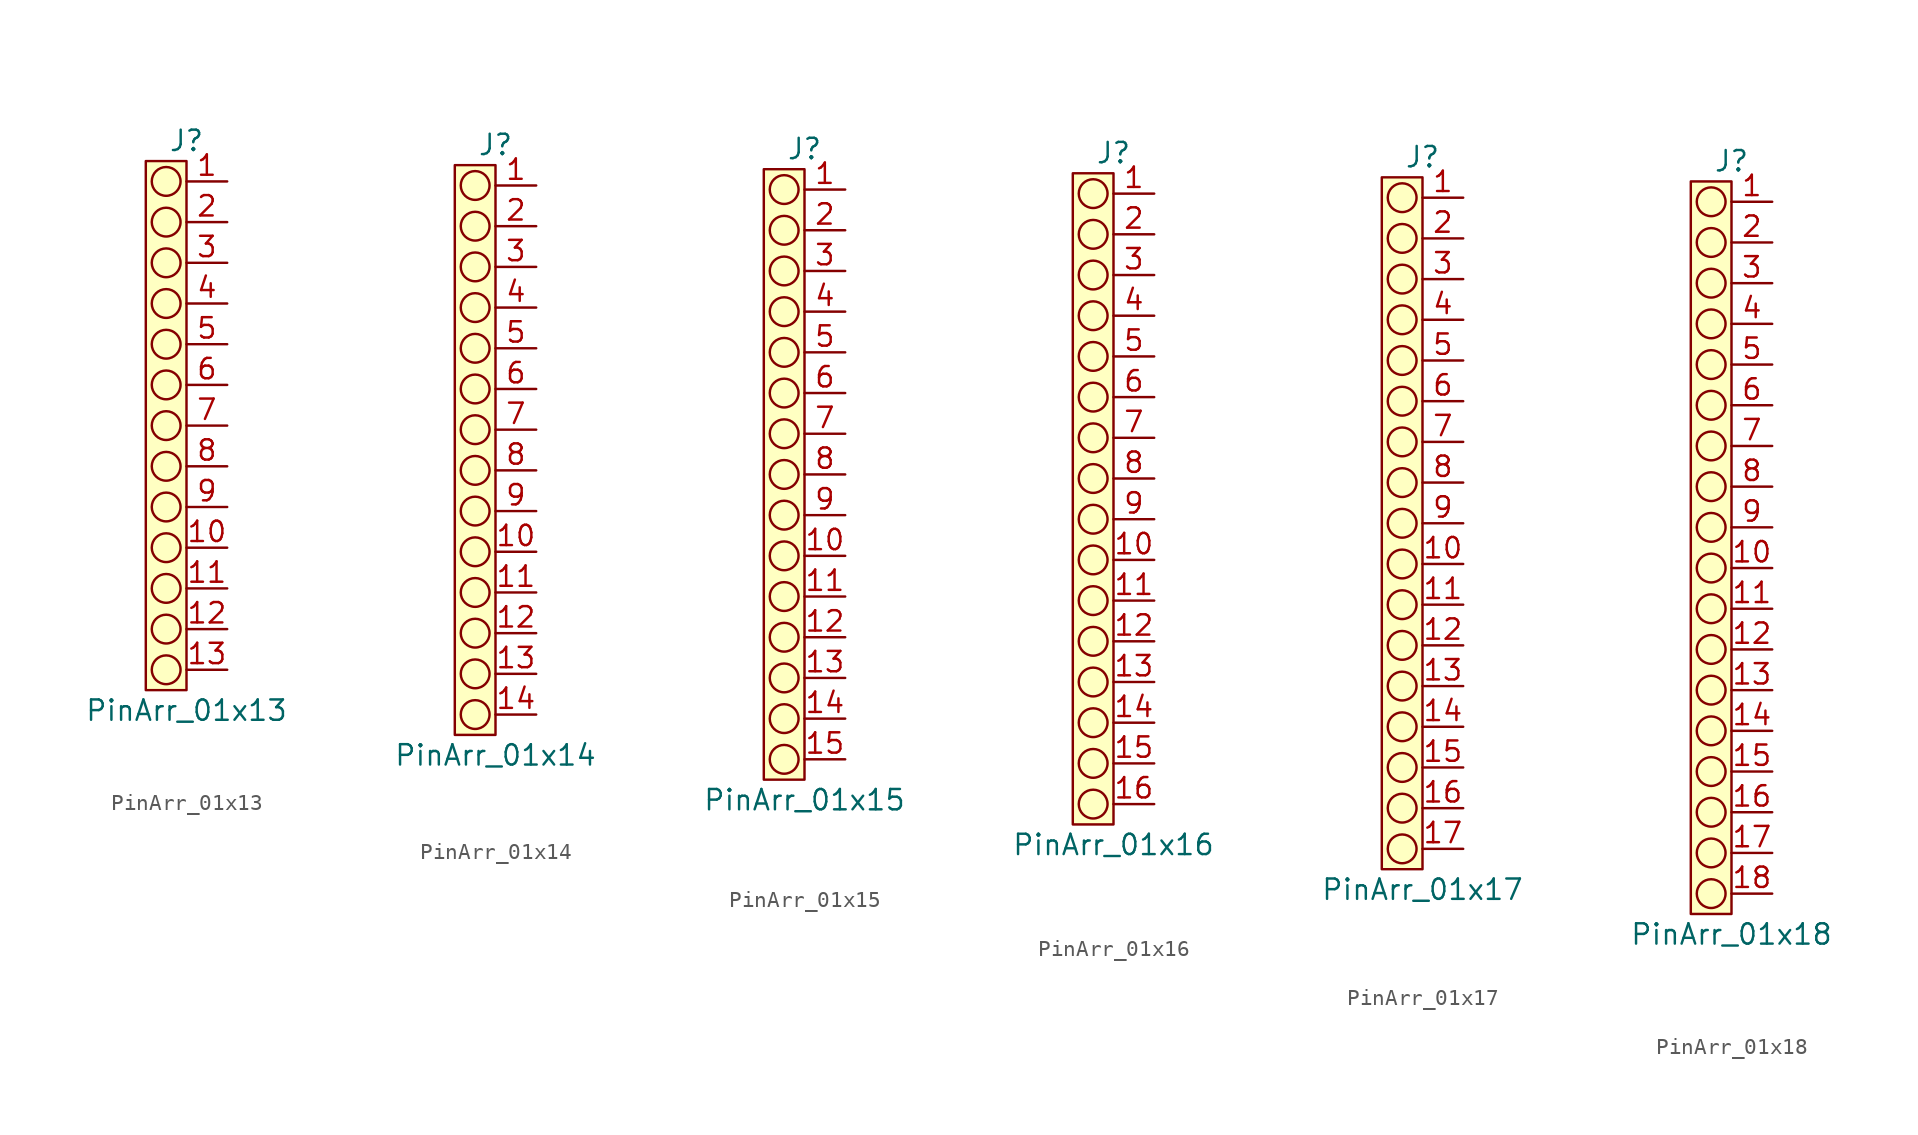
<source format=kicad_sym>
(kicad_symbol_lib
  (version 20220914)
  (generator kicad_symbol_editor)
  (symbol "PinArr_01x13"
    (property "Reference" "J"
      (at 0 17.78 0)
      (effects (font (size 1.27 1.27))))
    (property "Value" "PinArr_01x13"
      (at 0 -17.78 0)
      (effects (font (size 1.27 1.27))))
    (symbol "PinArr_01x13_0_1"
      (circle (center -1.27 -15.24) (radius 0.898) (stroke (width 0) (type default)) (fill (type none)))
      (circle (center -1.27 -12.7) (radius 0.898) (stroke (width 0) (type default)) (fill (type none)))
      (circle (center -1.27 -10.16) (radius 0.898) (stroke (width 0) (type default)) (fill (type none)))
      (circle (center -1.27 -7.62) (radius 0.898) (stroke (width 0) (type default)) (fill (type none)))
      (circle (center -1.27 -5.08) (radius 0.898) (stroke (width 0) (type default)) (fill (type none)))
      (circle (center -1.27 -2.54) (radius 0.898) (stroke (width 0) (type default)) (fill (type none)))
      (circle (center -1.27 0) (radius 0.898) (stroke (width 0) (type default)) (fill (type none)))
      (circle (center -1.27 2.54) (radius 0.898) (stroke (width 0) (type default)) (fill (type none)))
      (circle (center -1.27 5.08) (radius 0.898) (stroke (width 0) (type default)) (fill (type none)))
      (circle (center -1.27 7.62) (radius 0.898) (stroke (width 0) (type default)) (fill (type none)))
      (circle (center -1.27 10.16) (radius 0.898) (stroke (width 0) (type default)) (fill (type none)))
      (circle (center -1.27 12.7) (radius 0.898) (stroke (width 0) (type default)) (fill (type none)))
      (circle (center -1.27 15.24) (radius 0.898) (stroke (width 0) (type default)) (fill (type none))))
    (symbol "PinArr_01x13_1_1"
      (rectangle (start -2.54 16.51) (end 0 -16.51) (stroke (width 0) (type default)) (fill (type background)))
      (pin passive line (at 2.54 15.24 180) (length 2.54) (name "" (effects (font (size 1.27 1.27)))) (number "1" (effects (font (size 1.27 1.27)))))
      (pin passive line (at 2.54 -7.62 180) (length 2.54) (name "" (effects (font (size 1.27 1.27)))) (number "10" (effects (font (size 1.27 1.27)))))
      (pin passive line (at 2.54 -10.16 180) (length 2.54) (name "" (effects (font (size 1.27 1.27)))) (number "11" (effects (font (size 1.27 1.27)))))
      (pin passive line (at 2.54 -12.7 180) (length 2.54) (name "" (effects (font (size 1.27 1.27)))) (number "12" (effects (font (size 1.27 1.27)))))
      (pin passive line (at 2.54 -15.24 180) (length 2.54) (name "" (effects (font (size 1.27 1.27)))) (number "13" (effects (font (size 1.27 1.27)))))
      (pin passive line (at 2.54 12.7 180) (length 2.54) (name "" (effects (font (size 1.27 1.27)))) (number "2" (effects (font (size 1.27 1.27)))))
      (pin passive line (at 2.54 10.16 180) (length 2.54) (name "" (effects (font (size 1.27 1.27)))) (number "3" (effects (font (size 1.27 1.27)))))
      (pin passive line (at 2.54 7.62 180) (length 2.54) (name "" (effects (font (size 1.27 1.27)))) (number "4" (effects (font (size 1.27 1.27)))))
      (pin passive line (at 2.54 5.08 180) (length 2.54) (name "" (effects (font (size 1.27 1.27)))) (number "5" (effects (font (size 1.27 1.27)))))
      (pin passive line (at 2.54 2.54 180) (length 2.54) (name "" (effects (font (size 1.27 1.27)))) (number "6" (effects (font (size 1.27 1.27)))))
      (pin passive line (at 2.54 0 180) (length 2.54) (name "" (effects (font (size 1.27 1.27)))) (number "7" (effects (font (size 1.27 1.27)))))
      (pin passive line (at 2.54 -2.54 180) (length 2.54) (name "" (effects (font (size 1.27 1.27)))) (number "8" (effects (font (size 1.27 1.27)))))
      (pin passive line (at 2.54 -5.08 180) (length 2.54) (name "" (effects (font (size 1.27 1.27)))) (number "9" (effects (font (size 1.27 1.27)))))))
  (symbol "PinArr_01x14"
    (property "Reference" "J"
      (at 0 19.05 0)
      (effects (font (size 1.27 1.27))))
    (property "Value" "PinArr_01x14"
      (at 0 -19.05 0)
      (effects (font (size 1.27 1.27))))
    (symbol "PinArr_01x14_0_1"
      (circle (center -1.27 -16.51) (radius 0.898) (stroke (width 0) (type default)) (fill (type none)))
      (circle (center -1.27 -13.97) (radius 0.898) (stroke (width 0) (type default)) (fill (type none)))
      (circle (center -1.27 -11.43) (radius 0.898) (stroke (width 0) (type default)) (fill (type none)))
      (circle (center -1.27 -8.89) (radius 0.898) (stroke (width 0) (type default)) (fill (type none)))
      (circle (center -1.27 -6.35) (radius 0.898) (stroke (width 0) (type default)) (fill (type none)))
      (circle (center -1.27 -3.81) (radius 0.898) (stroke (width 0) (type default)) (fill (type none)))
      (circle (center -1.27 -1.27) (radius 0.898) (stroke (width 0) (type default)) (fill (type none)))
      (circle (center -1.27 1.27) (radius 0.898) (stroke (width 0) (type default)) (fill (type none)))
      (circle (center -1.27 3.81) (radius 0.898) (stroke (width 0) (type default)) (fill (type none)))
      (circle (center -1.27 6.35) (radius 0.898) (stroke (width 0) (type default)) (fill (type none)))
      (circle (center -1.27 8.89) (radius 0.898) (stroke (width 0) (type default)) (fill (type none)))
      (circle (center -1.27 11.43) (radius 0.898) (stroke (width 0) (type default)) (fill (type none)))
      (circle (center -1.27 13.97) (radius 0.898) (stroke (width 0) (type default)) (fill (type none)))
      (circle (center -1.27 16.51) (radius 0.898) (stroke (width 0) (type default)) (fill (type none))))
    (symbol "PinArr_01x14_1_1"
      (rectangle (start -2.54 17.78) (end 0 -17.78) (stroke (width 0) (type default)) (fill (type background)))
      (pin passive line (at 2.54 16.51 180) (length 2.54) (name "" (effects (font (size 1.27 1.27)))) (number "1" (effects (font (size 1.27 1.27)))))
      (pin passive line (at 2.54 -6.35 180) (length 2.54) (name "" (effects (font (size 1.27 1.27)))) (number "10" (effects (font (size 1.27 1.27)))))
      (pin passive line (at 2.54 -8.89 180) (length 2.54) (name "" (effects (font (size 1.27 1.27)))) (number "11" (effects (font (size 1.27 1.27)))))
      (pin passive line (at 2.54 -11.43 180) (length 2.54) (name "" (effects (font (size 1.27 1.27)))) (number "12" (effects (font (size 1.27 1.27)))))
      (pin passive line (at 2.54 -13.97 180) (length 2.54) (name "" (effects (font (size 1.27 1.27)))) (number "13" (effects (font (size 1.27 1.27)))))
      (pin passive line (at 2.54 -16.51 180) (length 2.54) (name "" (effects (font (size 1.27 1.27)))) (number "14" (effects (font (size 1.27 1.27)))))
      (pin passive line (at 2.54 13.97 180) (length 2.54) (name "" (effects (font (size 1.27 1.27)))) (number "2" (effects (font (size 1.27 1.27)))))
      (pin passive line (at 2.54 11.43 180) (length 2.54) (name "" (effects (font (size 1.27 1.27)))) (number "3" (effects (font (size 1.27 1.27)))))
      (pin passive line (at 2.54 8.89 180) (length 2.54) (name "" (effects (font (size 1.27 1.27)))) (number "4" (effects (font (size 1.27 1.27)))))
      (pin passive line (at 2.54 6.35 180) (length 2.54) (name "" (effects (font (size 1.27 1.27)))) (number "5" (effects (font (size 1.27 1.27)))))
      (pin passive line (at 2.54 3.81 180) (length 2.54) (name "" (effects (font (size 1.27 1.27)))) (number "6" (effects (font (size 1.27 1.27)))))
      (pin passive line (at 2.54 1.27 180) (length 2.54) (name "" (effects (font (size 1.27 1.27)))) (number "7" (effects (font (size 1.27 1.27)))))
      (pin passive line (at 2.54 -1.27 180) (length 2.54) (name "" (effects (font (size 1.27 1.27)))) (number "8" (effects (font (size 1.27 1.27)))))
      (pin passive line (at 2.54 -3.81 180) (length 2.54) (name "" (effects (font (size 1.27 1.27)))) (number "9" (effects (font (size 1.27 1.27)))))))
  (symbol "PinArr_01x15"
    (property "Reference" "J"
      (at 0 20.32 0)
      (effects (font (size 1.27 1.27))))
    (property "Value" "PinArr_01x15"
      (at 0 -20.32 0)
      (effects (font (size 1.27 1.27))))
    (symbol "PinArr_01x15_0_1"
      (circle (center -1.27 -17.78) (radius 0.898) (stroke (width 0) (type default)) (fill (type none)))
      (circle (center -1.27 -15.24) (radius 0.898) (stroke (width 0) (type default)) (fill (type none)))
      (circle (center -1.27 -12.7) (radius 0.898) (stroke (width 0) (type default)) (fill (type none)))
      (circle (center -1.27 -10.16) (radius 0.898) (stroke (width 0) (type default)) (fill (type none)))
      (circle (center -1.27 -7.62) (radius 0.898) (stroke (width 0) (type default)) (fill (type none)))
      (circle (center -1.27 -5.08) (radius 0.898) (stroke (width 0) (type default)) (fill (type none)))
      (circle (center -1.27 -2.54) (radius 0.898) (stroke (width 0) (type default)) (fill (type none)))
      (circle (center -1.27 0) (radius 0.898) (stroke (width 0) (type default)) (fill (type none)))
      (circle (center -1.27 2.54) (radius 0.898) (stroke (width 0) (type default)) (fill (type none)))
      (circle (center -1.27 5.08) (radius 0.898) (stroke (width 0) (type default)) (fill (type none)))
      (circle (center -1.27 7.62) (radius 0.898) (stroke (width 0) (type default)) (fill (type none)))
      (circle (center -1.27 10.16) (radius 0.898) (stroke (width 0) (type default)) (fill (type none)))
      (circle (center -1.27 12.7) (radius 0.898) (stroke (width 0) (type default)) (fill (type none)))
      (circle (center -1.27 15.24) (radius 0.898) (stroke (width 0) (type default)) (fill (type none)))
      (circle (center -1.27 17.78) (radius 0.898) (stroke (width 0) (type default)) (fill (type none))))
    (symbol "PinArr_01x15_1_1"
      (rectangle (start -2.54 19.05) (end 0 -19.05) (stroke (width 0) (type default)) (fill (type background)))
      (pin passive line (at 2.54 17.78 180) (length 2.54) (name "" (effects (font (size 1.27 1.27)))) (number "1" (effects (font (size 1.27 1.27)))))
      (pin passive line (at 2.54 -5.08 180) (length 2.54) (name "" (effects (font (size 1.27 1.27)))) (number "10" (effects (font (size 1.27 1.27)))))
      (pin passive line (at 2.54 -7.62 180) (length 2.54) (name "" (effects (font (size 1.27 1.27)))) (number "11" (effects (font (size 1.27 1.27)))))
      (pin passive line (at 2.54 -10.16 180) (length 2.54) (name "" (effects (font (size 1.27 1.27)))) (number "12" (effects (font (size 1.27 1.27)))))
      (pin passive line (at 2.54 -12.7 180) (length 2.54) (name "" (effects (font (size 1.27 1.27)))) (number "13" (effects (font (size 1.27 1.27)))))
      (pin passive line (at 2.54 -15.24 180) (length 2.54) (name "" (effects (font (size 1.27 1.27)))) (number "14" (effects (font (size 1.27 1.27)))))
      (pin passive line (at 2.54 -17.78 180) (length 2.54) (name "" (effects (font (size 1.27 1.27)))) (number "15" (effects (font (size 1.27 1.27)))))
      (pin passive line (at 2.54 15.24 180) (length 2.54) (name "" (effects (font (size 1.27 1.27)))) (number "2" (effects (font (size 1.27 1.27)))))
      (pin passive line (at 2.54 12.7 180) (length 2.54) (name "" (effects (font (size 1.27 1.27)))) (number "3" (effects (font (size 1.27 1.27)))))
      (pin passive line (at 2.54 10.16 180) (length 2.54) (name "" (effects (font (size 1.27 1.27)))) (number "4" (effects (font (size 1.27 1.27)))))
      (pin passive line (at 2.54 7.62 180) (length 2.54) (name "" (effects (font (size 1.27 1.27)))) (number "5" (effects (font (size 1.27 1.27)))))
      (pin passive line (at 2.54 5.08 180) (length 2.54) (name "" (effects (font (size 1.27 1.27)))) (number "6" (effects (font (size 1.27 1.27)))))
      (pin passive line (at 2.54 2.54 180) (length 2.54) (name "" (effects (font (size 1.27 1.27)))) (number "7" (effects (font (size 1.27 1.27)))))
      (pin passive line (at 2.54 0 180) (length 2.54) (name "" (effects (font (size 1.27 1.27)))) (number "8" (effects (font (size 1.27 1.27)))))
      (pin passive line (at 2.54 -2.54 180) (length 2.54) (name "" (effects (font (size 1.27 1.27)))) (number "9" (effects (font (size 1.27 1.27)))))))
  (symbol "PinArr_01x16"
    (property "Reference" "J"
      (at 0 21.59 0)
      (effects (font (size 1.27 1.27))))
    (property "Value" "PinArr_01x16"
      (at 0 -21.59 0)
      (effects (font (size 1.27 1.27))))
    (symbol "PinArr_01x16_0_1"
      (circle (center -1.27 -19.05) (radius 0.898) (stroke (width 0) (type default)) (fill (type none)))
      (circle (center -1.27 -16.51) (radius 0.898) (stroke (width 0) (type default)) (fill (type none)))
      (circle (center -1.27 -13.97) (radius 0.898) (stroke (width 0) (type default)) (fill (type none)))
      (circle (center -1.27 -11.43) (radius 0.898) (stroke (width 0) (type default)) (fill (type none)))
      (circle (center -1.27 -8.89) (radius 0.898) (stroke (width 0) (type default)) (fill (type none)))
      (circle (center -1.27 -6.35) (radius 0.898) (stroke (width 0) (type default)) (fill (type none)))
      (circle (center -1.27 -3.81) (radius 0.898) (stroke (width 0) (type default)) (fill (type none)))
      (circle (center -1.27 -1.27) (radius 0.898) (stroke (width 0) (type default)) (fill (type none)))
      (circle (center -1.27 1.27) (radius 0.898) (stroke (width 0) (type default)) (fill (type none)))
      (circle (center -1.27 3.81) (radius 0.898) (stroke (width 0) (type default)) (fill (type none)))
      (circle (center -1.27 6.35) (radius 0.898) (stroke (width 0) (type default)) (fill (type none)))
      (circle (center -1.27 8.89) (radius 0.898) (stroke (width 0) (type default)) (fill (type none)))
      (circle (center -1.27 11.43) (radius 0.898) (stroke (width 0) (type default)) (fill (type none)))
      (circle (center -1.27 13.97) (radius 0.898) (stroke (width 0) (type default)) (fill (type none)))
      (circle (center -1.27 16.51) (radius 0.898) (stroke (width 0) (type default)) (fill (type none)))
      (circle (center -1.27 19.05) (radius 0.898) (stroke (width 0) (type default)) (fill (type none))))
    (symbol "PinArr_01x16_1_1"
      (rectangle (start -2.54 20.32) (end 0 -20.32) (stroke (width 0) (type default)) (fill (type background)))
      (pin passive line (at 2.54 19.05 180) (length 2.54) (name "" (effects (font (size 1.27 1.27)))) (number "1" (effects (font (size 1.27 1.27)))))
      (pin passive line (at 2.54 -3.81 180) (length 2.54) (name "" (effects (font (size 1.27 1.27)))) (number "10" (effects (font (size 1.27 1.27)))))
      (pin passive line (at 2.54 -6.35 180) (length 2.54) (name "" (effects (font (size 1.27 1.27)))) (number "11" (effects (font (size 1.27 1.27)))))
      (pin passive line (at 2.54 -8.89 180) (length 2.54) (name "" (effects (font (size 1.27 1.27)))) (number "12" (effects (font (size 1.27 1.27)))))
      (pin passive line (at 2.54 -11.43 180) (length 2.54) (name "" (effects (font (size 1.27 1.27)))) (number "13" (effects (font (size 1.27 1.27)))))
      (pin passive line (at 2.54 -13.97 180) (length 2.54) (name "" (effects (font (size 1.27 1.27)))) (number "14" (effects (font (size 1.27 1.27)))))
      (pin passive line (at 2.54 -16.51 180) (length 2.54) (name "" (effects (font (size 1.27 1.27)))) (number "15" (effects (font (size 1.27 1.27)))))
      (pin passive line (at 2.54 -19.05 180) (length 2.54) (name "" (effects (font (size 1.27 1.27)))) (number "16" (effects (font (size 1.27 1.27)))))
      (pin passive line (at 2.54 16.51 180) (length 2.54) (name "" (effects (font (size 1.27 1.27)))) (number "2" (effects (font (size 1.27 1.27)))))
      (pin passive line (at 2.54 13.97 180) (length 2.54) (name "" (effects (font (size 1.27 1.27)))) (number "3" (effects (font (size 1.27 1.27)))))
      (pin passive line (at 2.54 11.43 180) (length 2.54) (name "" (effects (font (size 1.27 1.27)))) (number "4" (effects (font (size 1.27 1.27)))))
      (pin passive line (at 2.54 8.89 180) (length 2.54) (name "" (effects (font (size 1.27 1.27)))) (number "5" (effects (font (size 1.27 1.27)))))
      (pin passive line (at 2.54 6.35 180) (length 2.54) (name "" (effects (font (size 1.27 1.27)))) (number "6" (effects (font (size 1.27 1.27)))))
      (pin passive line (at 2.54 3.81 180) (length 2.54) (name "" (effects (font (size 1.27 1.27)))) (number "7" (effects (font (size 1.27 1.27)))))
      (pin passive line (at 2.54 1.27 180) (length 2.54) (name "" (effects (font (size 1.27 1.27)))) (number "8" (effects (font (size 1.27 1.27)))))
      (pin passive line (at 2.54 -1.27 180) (length 2.54) (name "" (effects (font (size 1.27 1.27)))) (number "9" (effects (font (size 1.27 1.27)))))))
  (symbol "PinArr_01x17"
    (property "Reference" "J"
      (at 0 22.86 0)
      (effects (font (size 1.27 1.27))))
    (property "Value" "PinArr_01x17"
      (at 0 -22.86 0)
      (effects (font (size 1.27 1.27))))
    (symbol "PinArr_01x17_0_1"
      (circle (center -1.27 -20.32) (radius 0.898) (stroke (width 0) (type default)) (fill (type none)))
      (circle (center -1.27 -17.78) (radius 0.898) (stroke (width 0) (type default)) (fill (type none)))
      (circle (center -1.27 -15.24) (radius 0.898) (stroke (width 0) (type default)) (fill (type none)))
      (circle (center -1.27 -12.7) (radius 0.898) (stroke (width 0) (type default)) (fill (type none)))
      (circle (center -1.27 -10.16) (radius 0.898) (stroke (width 0) (type default)) (fill (type none)))
      (circle (center -1.27 -7.62) (radius 0.898) (stroke (width 0) (type default)) (fill (type none)))
      (circle (center -1.27 -5.08) (radius 0.898) (stroke (width 0) (type default)) (fill (type none)))
      (circle (center -1.27 -2.54) (radius 0.898) (stroke (width 0) (type default)) (fill (type none)))
      (circle (center -1.27 0) (radius 0.898) (stroke (width 0) (type default)) (fill (type none)))
      (circle (center -1.27 2.54) (radius 0.898) (stroke (width 0) (type default)) (fill (type none)))
      (circle (center -1.27 5.08) (radius 0.898) (stroke (width 0) (type default)) (fill (type none)))
      (circle (center -1.27 7.62) (radius 0.898) (stroke (width 0) (type default)) (fill (type none)))
      (circle (center -1.27 10.16) (radius 0.898) (stroke (width 0) (type default)) (fill (type none)))
      (circle (center -1.27 12.7) (radius 0.898) (stroke (width 0) (type default)) (fill (type none)))
      (circle (center -1.27 15.24) (radius 0.898) (stroke (width 0) (type default)) (fill (type none)))
      (circle (center -1.27 17.78) (radius 0.898) (stroke (width 0) (type default)) (fill (type none)))
      (circle (center -1.27 20.32) (radius 0.898) (stroke (width 0) (type default)) (fill (type none))))
    (symbol "PinArr_01x17_1_1"
      (rectangle (start -2.54 21.59) (end 0 -21.59) (stroke (width 0) (type default)) (fill (type background)))
      (pin passive line (at 2.54 20.32 180) (length 2.54) (name "" (effects (font (size 1.27 1.27)))) (number "1" (effects (font (size 1.27 1.27)))))
      (pin passive line (at 2.54 -2.54 180) (length 2.54) (name "" (effects (font (size 1.27 1.27)))) (number "10" (effects (font (size 1.27 1.27)))))
      (pin passive line (at 2.54 -5.08 180) (length 2.54) (name "" (effects (font (size 1.27 1.27)))) (number "11" (effects (font (size 1.27 1.27)))))
      (pin passive line (at 2.54 -7.62 180) (length 2.54) (name "" (effects (font (size 1.27 1.27)))) (number "12" (effects (font (size 1.27 1.27)))))
      (pin passive line (at 2.54 -10.16 180) (length 2.54) (name "" (effects (font (size 1.27 1.27)))) (number "13" (effects (font (size 1.27 1.27)))))
      (pin passive line (at 2.54 -12.7 180) (length 2.54) (name "" (effects (font (size 1.27 1.27)))) (number "14" (effects (font (size 1.27 1.27)))))
      (pin passive line (at 2.54 -15.24 180) (length 2.54) (name "" (effects (font (size 1.27 1.27)))) (number "15" (effects (font (size 1.27 1.27)))))
      (pin passive line (at 2.54 -17.78 180) (length 2.54) (name "" (effects (font (size 1.27 1.27)))) (number "16" (effects (font (size 1.27 1.27)))))
      (pin passive line (at 2.54 -20.32 180) (length 2.54) (name "" (effects (font (size 1.27 1.27)))) (number "17" (effects (font (size 1.27 1.27)))))
      (pin passive line (at 2.54 17.78 180) (length 2.54) (name "" (effects (font (size 1.27 1.27)))) (number "2" (effects (font (size 1.27 1.27)))))
      (pin passive line (at 2.54 15.24 180) (length 2.54) (name "" (effects (font (size 1.27 1.27)))) (number "3" (effects (font (size 1.27 1.27)))))
      (pin passive line (at 2.54 12.7 180) (length 2.54) (name "" (effects (font (size 1.27 1.27)))) (number "4" (effects (font (size 1.27 1.27)))))
      (pin passive line (at 2.54 10.16 180) (length 2.54) (name "" (effects (font (size 1.27 1.27)))) (number "5" (effects (font (size 1.27 1.27)))))
      (pin passive line (at 2.54 7.62 180) (length 2.54) (name "" (effects (font (size 1.27 1.27)))) (number "6" (effects (font (size 1.27 1.27)))))
      (pin passive line (at 2.54 5.08 180) (length 2.54) (name "" (effects (font (size 1.27 1.27)))) (number "7" (effects (font (size 1.27 1.27)))))
      (pin passive line (at 2.54 2.54 180) (length 2.54) (name "" (effects (font (size 1.27 1.27)))) (number "8" (effects (font (size 1.27 1.27)))))
      (pin passive line (at 2.54 0 180) (length 2.54) (name "" (effects (font (size 1.27 1.27)))) (number "9" (effects (font (size 1.27 1.27)))))))
  (symbol "PinArr_01x18"
    (property "Reference" "J"
      (at 0 24.13 0)
      (effects (font (size 1.27 1.27))))
    (property "Value" "PinArr_01x18"
      (at 0 -24.13 0)
      (effects (font (size 1.27 1.27))))
    (symbol "PinArr_01x18_0_1"
      (circle (center -1.27 -21.59) (radius 0.898) (stroke (width 0) (type default)) (fill (type none)))
      (circle (center -1.27 -19.05) (radius 0.898) (stroke (width 0) (type default)) (fill (type none)))
      (circle (center -1.27 -16.51) (radius 0.898) (stroke (width 0) (type default)) (fill (type none)))
      (circle (center -1.27 -13.97) (radius 0.898) (stroke (width 0) (type default)) (fill (type none)))
      (circle (center -1.27 -11.43) (radius 0.898) (stroke (width 0) (type default)) (fill (type none)))
      (circle (center -1.27 -8.89) (radius 0.898) (stroke (width 0) (type default)) (fill (type none)))
      (circle (center -1.27 -6.35) (radius 0.898) (stroke (width 0) (type default)) (fill (type none)))
      (circle (center -1.27 -3.81) (radius 0.898) (stroke (width 0) (type default)) (fill (type none)))
      (circle (center -1.27 -1.27) (radius 0.898) (stroke (width 0) (type default)) (fill (type none)))
      (circle (center -1.27 1.27) (radius 0.898) (stroke (width 0) (type default)) (fill (type none)))
      (circle (center -1.27 3.81) (radius 0.898) (stroke (width 0) (type default)) (fill (type none)))
      (circle (center -1.27 6.35) (radius 0.898) (stroke (width 0) (type default)) (fill (type none)))
      (circle (center -1.27 8.89) (radius 0.898) (stroke (width 0) (type default)) (fill (type none)))
      (circle (center -1.27 11.43) (radius 0.898) (stroke (width 0) (type default)) (fill (type none)))
      (circle (center -1.27 13.97) (radius 0.898) (stroke (width 0) (type default)) (fill (type none)))
      (circle (center -1.27 16.51) (radius 0.898) (stroke (width 0) (type default)) (fill (type none)))
      (circle (center -1.27 19.05) (radius 0.898) (stroke (width 0) (type default)) (fill (type none)))
      (circle (center -1.27 21.59) (radius 0.898) (stroke (width 0) (type default)) (fill (type none))))
    (symbol "PinArr_01x18_1_1"
      (rectangle (start -2.54 22.86) (end 0 -22.86) (stroke (width 0) (type default)) (fill (type background)))
      (pin passive line (at 2.54 21.59 180) (length 2.54) (name "" (effects (font (size 1.27 1.27)))) (number "1" (effects (font (size 1.27 1.27)))))
      (pin passive line (at 2.54 -1.27 180) (length 2.54) (name "" (effects (font (size 1.27 1.27)))) (number "10" (effects (font (size 1.27 1.27)))))
      (pin passive line (at 2.54 -3.81 180) (length 2.54) (name "" (effects (font (size 1.27 1.27)))) (number "11" (effects (font (size 1.27 1.27)))))
      (pin passive line (at 2.54 -6.35 180) (length 2.54) (name "" (effects (font (size 1.27 1.27)))) (number "12" (effects (font (size 1.27 1.27)))))
      (pin passive line (at 2.54 -8.89 180) (length 2.54) (name "" (effects (font (size 1.27 1.27)))) (number "13" (effects (font (size 1.27 1.27)))))
      (pin passive line (at 2.54 -11.43 180) (length 2.54) (name "" (effects (font (size 1.27 1.27)))) (number "14" (effects (font (size 1.27 1.27)))))
      (pin passive line (at 2.54 -13.97 180) (length 2.54) (name "" (effects (font (size 1.27 1.27)))) (number "15" (effects (font (size 1.27 1.27)))))
      (pin passive line (at 2.54 -16.51 180) (length 2.54) (name "" (effects (font (size 1.27 1.27)))) (number "16" (effects (font (size 1.27 1.27)))))
      (pin passive line (at 2.54 -19.05 180) (length 2.54) (name "" (effects (font (size 1.27 1.27)))) (number "17" (effects (font (size 1.27 1.27)))))
      (pin passive line (at 2.54 -21.59 180) (length 2.54) (name "" (effects (font (size 1.27 1.27)))) (number "18" (effects (font (size 1.27 1.27)))))
      (pin passive line (at 2.54 19.05 180) (length 2.54) (name "" (effects (font (size 1.27 1.27)))) (number "2" (effects (font (size 1.27 1.27)))))
      (pin passive line (at 2.54 16.51 180) (length 2.54) (name "" (effects (font (size 1.27 1.27)))) (number "3" (effects (font (size 1.27 1.27)))))
      (pin passive line (at 2.54 13.97 180) (length 2.54) (name "" (effects (font (size 1.27 1.27)))) (number "4" (effects (font (size 1.27 1.27)))))
      (pin passive line (at 2.54 11.43 180) (length 2.54) (name "" (effects (font (size 1.27 1.27)))) (number "5" (effects (font (size 1.27 1.27)))))
      (pin passive line (at 2.54 8.89 180) (length 2.54) (name "" (effects (font (size 1.27 1.27)))) (number "6" (effects (font (size 1.27 1.27)))))
      (pin passive line (at 2.54 6.35 180) (length 2.54) (name "" (effects (font (size 1.27 1.27)))) (number "7" (effects (font (size 1.27 1.27)))))
      (pin passive line (at 2.54 3.81 180) (length 2.54) (name "" (effects (font (size 1.27 1.27)))) (number "8" (effects (font (size 1.27 1.27)))))
      (pin passive line (at 2.54 1.27 180) (length 2.54) (name "" (effects (font (size 1.27 1.27)))) (number "9" (effects (font (size 1.27 1.27))))))))
</source>
